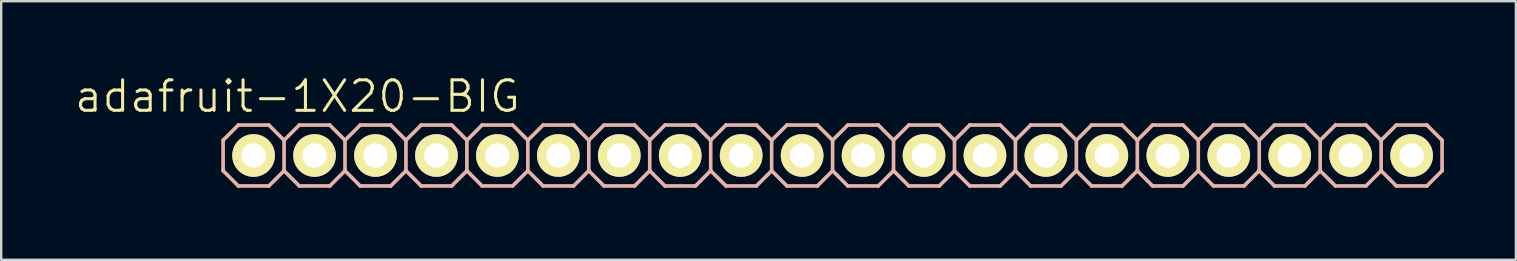
<source format=kicad_pcb>
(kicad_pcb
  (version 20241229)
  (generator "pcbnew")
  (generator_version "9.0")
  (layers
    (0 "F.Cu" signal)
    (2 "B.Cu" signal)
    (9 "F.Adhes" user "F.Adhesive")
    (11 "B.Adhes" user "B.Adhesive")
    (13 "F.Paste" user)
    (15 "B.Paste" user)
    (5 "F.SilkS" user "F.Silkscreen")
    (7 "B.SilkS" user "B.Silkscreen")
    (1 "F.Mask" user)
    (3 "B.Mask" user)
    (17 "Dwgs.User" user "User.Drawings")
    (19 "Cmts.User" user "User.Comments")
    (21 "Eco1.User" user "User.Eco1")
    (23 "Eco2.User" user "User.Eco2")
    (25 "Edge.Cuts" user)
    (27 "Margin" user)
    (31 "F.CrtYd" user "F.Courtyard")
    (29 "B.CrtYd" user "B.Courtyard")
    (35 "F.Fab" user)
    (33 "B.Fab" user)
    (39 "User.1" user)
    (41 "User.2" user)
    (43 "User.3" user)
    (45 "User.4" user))
  (footprint "adafruit-1X20-BIG"
    (layer "F.Cu")
    (at 31.648 3.43)
    (property "Reference" "adafruit-1X20-BIG" (at -22.301 -2.464 0) (layer "F.SilkS") (effects (font (size 1.27 1.27) (thickness 0.127))))
    (attr exclude_from_pos_files exclude_from_bom)
    (fp_line (start -24.384 -0.254) (end -23.876 -0.254) (stroke (width 0.066) (type solid)) (layer "F.SilkS"))
    (fp_line (start -24.384 0.254) (end -24.384 -0.254) (stroke (width 0.066) (type solid)) (layer "F.SilkS"))
    (fp_line (start -24.384 0.254) (end -23.876 0.254) (stroke (width 0.066) (type solid)) (layer "F.SilkS"))
    (fp_line (start -23.876 0.254) (end -23.876 -0.254) (stroke (width 0.066) (type solid)) (layer "F.SilkS"))
    (fp_line (start -21.844 -0.254) (end -21.336 -0.254) (stroke (width 0.066) (type solid)) (layer "F.SilkS"))
    (fp_line (start -21.844 0.254) (end -21.844 -0.254) (stroke (width 0.066) (type solid)) (layer "F.SilkS"))
    (fp_line (start -21.844 0.254) (end -21.336 0.254) (stroke (width 0.066) (type solid)) (layer "F.SilkS"))
    (fp_line (start -21.336 0.254) (end -21.336 -0.254) (stroke (width 0.066) (type solid)) (layer "F.SilkS"))
    (fp_line (start -19.304 -0.254) (end -18.796 -0.254) (stroke (width 0.066) (type solid)) (layer "F.SilkS"))
    (fp_line (start -19.304 0.254) (end -19.304 -0.254) (stroke (width 0.066) (type solid)) (layer "F.SilkS"))
    (fp_line (start -19.304 0.254) (end -18.796 0.254) (stroke (width 0.066) (type solid)) (layer "F.SilkS"))
    (fp_line (start -18.796 0.254) (end -18.796 -0.254) (stroke (width 0.066) (type solid)) (layer "F.SilkS"))
    (fp_line (start -16.764 -0.254) (end -16.256 -0.254) (stroke (width 0.066) (type solid)) (layer "F.SilkS"))
    (fp_line (start -16.764 0.254) (end -16.764 -0.254) (stroke (width 0.066) (type solid)) (layer "F.SilkS"))
    (fp_line (start -16.764 0.254) (end -16.256 0.254) (stroke (width 0.066) (type solid)) (layer "F.SilkS"))
    (fp_line (start -16.256 0.254) (end -16.256 -0.254) (stroke (width 0.066) (type solid)) (layer "F.SilkS"))
    (fp_line (start -14.224 -0.254) (end -13.716 -0.254) (stroke (width 0.066) (type solid)) (layer "F.SilkS"))
    (fp_line (start -14.224 0.254) (end -14.224 -0.254) (stroke (width 0.066) (type solid)) (layer "F.SilkS"))
    (fp_line (start -14.224 0.254) (end -13.716 0.254) (stroke (width 0.066) (type solid)) (layer "F.SilkS"))
    (fp_line (start -13.716 0.254) (end -13.716 -0.254) (stroke (width 0.066) (type solid)) (layer "F.SilkS"))
    (fp_line (start -11.684 -0.254) (end -11.176 -0.254) (stroke (width 0.066) (type solid)) (layer "F.SilkS"))
    (fp_line (start -11.684 0.254) (end -11.684 -0.254) (stroke (width 0.066) (type solid)) (layer "F.SilkS"))
    (fp_line (start -11.684 0.254) (end -11.176 0.254) (stroke (width 0.066) (type solid)) (layer "F.SilkS"))
    (fp_line (start -11.176 0.254) (end -11.176 -0.254) (stroke (width 0.066) (type solid)) (layer "F.SilkS"))
    (fp_line (start -9.144 -0.254) (end -8.636 -0.254) (stroke (width 0.066) (type solid)) (layer "F.SilkS"))
    (fp_line (start -9.144 0.254) (end -9.144 -0.254) (stroke (width 0.066) (type solid)) (layer "F.SilkS"))
    (fp_line (start -9.144 0.254) (end -8.636 0.254) (stroke (width 0.066) (type solid)) (layer "F.SilkS"))
    (fp_line (start -8.636 0.254) (end -8.636 -0.254) (stroke (width 0.066) (type solid)) (layer "F.SilkS"))
    (fp_line (start -6.604 -0.254) (end -6.096 -0.254) (stroke (width 0.066) (type solid)) (layer "F.SilkS"))
    (fp_line (start -6.604 0.254) (end -6.604 -0.254) (stroke (width 0.066) (type solid)) (layer "F.SilkS"))
    (fp_line (start -6.604 0.254) (end -6.096 0.254) (stroke (width 0.066) (type solid)) (layer "F.SilkS"))
    (fp_line (start -6.096 0.254) (end -6.096 -0.254) (stroke (width 0.066) (type solid)) (layer "F.SilkS"))
    (fp_line (start -4.064 -0.254) (end -3.556 -0.254) (stroke (width 0.066) (type solid)) (layer "F.SilkS"))
    (fp_line (start -4.064 0.254) (end -4.064 -0.254) (stroke (width 0.066) (type solid)) (layer "F.SilkS"))
    (fp_line (start -4.064 0.254) (end -3.556 0.254) (stroke (width 0.066) (type solid)) (layer "F.SilkS"))
    (fp_line (start -3.556 0.254) (end -3.556 -0.254) (stroke (width 0.066) (type solid)) (layer "F.SilkS"))
    (fp_line (start -1.524 -0.254) (end -1.016 -0.254) (stroke (width 0.066) (type solid)) (layer "F.SilkS"))
    (fp_line (start -1.524 0.254) (end -1.524 -0.254) (stroke (width 0.066) (type solid)) (layer "F.SilkS"))
    (fp_line (start -1.524 0.254) (end -1.016 0.254) (stroke (width 0.066) (type solid)) (layer "F.SilkS"))
    (fp_line (start -1.016 0.254) (end -1.016 -0.254) (stroke (width 0.066) (type solid)) (layer "F.SilkS"))
    (fp_line (start 1.016 -0.254) (end 1.524 -0.254) (stroke (width 0.066) (type solid)) (layer "F.SilkS"))
    (fp_line (start 1.016 0.254) (end 1.016 -0.254) (stroke (width 0.066) (type solid)) (layer "F.SilkS"))
    (fp_line (start 1.016 0.254) (end 1.524 0.254) (stroke (width 0.066) (type solid)) (layer "F.SilkS"))
    (fp_line (start 1.524 0.254) (end 1.524 -0.254) (stroke (width 0.066) (type solid)) (layer "F.SilkS"))
    (fp_line (start 3.556 -0.254) (end 4.064 -0.254) (stroke (width 0.066) (type solid)) (layer "F.SilkS"))
    (fp_line (start 3.556 0.254) (end 3.556 -0.254) (stroke (width 0.066) (type solid)) (layer "F.SilkS"))
    (fp_line (start 3.556 0.254) (end 4.064 0.254) (stroke (width 0.066) (type solid)) (layer "F.SilkS"))
    (fp_line (start 4.064 0.254) (end 4.064 -0.254) (stroke (width 0.066) (type solid)) (layer "F.SilkS"))
    (fp_line (start 6.096 -0.254) (end 6.604 -0.254) (stroke (width 0.066) (type solid)) (layer "F.SilkS"))
    (fp_line (start 6.096 0.254) (end 6.096 -0.254) (stroke (width 0.066) (type solid)) (layer "F.SilkS"))
    (fp_line (start 6.096 0.254) (end 6.604 0.254) (stroke (width 0.066) (type solid)) (layer "F.SilkS"))
    (fp_line (start 6.604 0.254) (end 6.604 -0.254) (stroke (width 0.066) (type solid)) (layer "F.SilkS"))
    (fp_line (start 8.636 -0.254) (end 9.144 -0.254) (stroke (width 0.066) (type solid)) (layer "F.SilkS"))
    (fp_line (start 8.636 0.254) (end 8.636 -0.254) (stroke (width 0.066) (type solid)) (layer "F.SilkS"))
    (fp_line (start 8.636 0.254) (end 9.144 0.254) (stroke (width 0.066) (type solid)) (layer "F.SilkS"))
    (fp_line (start 9.144 0.254) (end 9.144 -0.254) (stroke (width 0.066) (type solid)) (layer "F.SilkS"))
    (fp_line (start 11.176 -0.254) (end 11.684 -0.254) (stroke (width 0.066) (type solid)) (layer "F.SilkS"))
    (fp_line (start 11.176 0.254) (end 11.176 -0.254) (stroke (width 0.066) (type solid)) (layer "F.SilkS"))
    (fp_line (start 11.176 0.254) (end 11.684 0.254) (stroke (width 0.066) (type solid)) (layer "F.SilkS"))
    (fp_line (start 11.684 0.254) (end 11.684 -0.254) (stroke (width 0.066) (type solid)) (layer "F.SilkS"))
    (fp_line (start 13.716 -0.254) (end 14.224 -0.254) (stroke (width 0.066) (type solid)) (layer "F.SilkS"))
    (fp_line (start 13.716 0.254) (end 13.716 -0.254) (stroke (width 0.066) (type solid)) (layer "F.SilkS"))
    (fp_line (start 13.716 0.254) (end 14.224 0.254) (stroke (width 0.066) (type solid)) (layer "F.SilkS"))
    (fp_line (start 14.224 0.254) (end 14.224 -0.254) (stroke (width 0.066) (type solid)) (layer "F.SilkS"))
    (fp_line (start 16.256 -0.254) (end 16.764 -0.254) (stroke (width 0.066) (type solid)) (layer "F.SilkS"))
    (fp_line (start 16.256 0.254) (end 16.256 -0.254) (stroke (width 0.066) (type solid)) (layer "F.SilkS"))
    (fp_line (start 16.256 0.254) (end 16.764 0.254) (stroke (width 0.066) (type solid)) (layer "F.SilkS"))
    (fp_line (start 16.764 0.254) (end 16.764 -0.254) (stroke (width 0.066) (type solid)) (layer "F.SilkS"))
    (fp_line (start 18.796 -0.254) (end 19.304 -0.254) (stroke (width 0.066) (type solid)) (layer "F.SilkS"))
    (fp_line (start 18.796 0.254) (end 18.796 -0.254) (stroke (width 0.066) (type solid)) (layer "F.SilkS"))
    (fp_line (start 18.796 0.254) (end 19.304 0.254) (stroke (width 0.066) (type solid)) (layer "F.SilkS"))
    (fp_line (start 19.304 0.254) (end 19.304 -0.254) (stroke (width 0.066) (type solid)) (layer "F.SilkS"))
    (fp_line (start 21.336 -0.254) (end 21.844 -0.254) (stroke (width 0.066) (type solid)) (layer "F.SilkS"))
    (fp_line (start 21.336 0.254) (end 21.336 -0.254) (stroke (width 0.066) (type solid)) (layer "F.SilkS"))
    (fp_line (start 21.336 0.254) (end 21.844 0.254) (stroke (width 0.066) (type solid)) (layer "F.SilkS"))
    (fp_line (start 21.844 0.254) (end 21.844 -0.254) (stroke (width 0.066) (type solid)) (layer "F.SilkS"))
    (fp_line (start 23.876 -0.254) (end 24.384 -0.254) (stroke (width 0.066) (type solid)) (layer "F.SilkS"))
    (fp_line (start 23.876 0.254) (end 23.876 -0.254) (stroke (width 0.066) (type solid)) (layer "F.SilkS"))
    (fp_line (start 23.876 0.254) (end 24.384 0.254) (stroke (width 0.066) (type solid)) (layer "F.SilkS"))
    (fp_line (start 24.384 0.254) (end 24.384 -0.254) (stroke (width 0.066) (type solid)) (layer "F.SilkS"))
    (fp_line (start -25.4 -0.635) (end -25.4 0.635) (stroke (width 0.152) (type solid)) (layer "B.SilkS"))
    (fp_line (start -25.4 0.635) (end -24.765 1.27) (stroke (width 0.152) (type solid)) (layer "B.SilkS"))
    (fp_line (start -24.765 -1.27) (end -25.4 -0.635) (stroke (width 0.152) (type solid)) (layer "B.SilkS"))
    (fp_line (start -24.765 -1.27) (end -23.495 -1.27) (stroke (width 0.152) (type solid)) (layer "B.SilkS"))
    (fp_line (start -23.495 -1.27) (end -22.86 -0.635) (stroke (width 0.152) (type solid)) (layer "B.SilkS"))
    (fp_line (start -23.495 1.27) (end -24.765 1.27) (stroke (width 0.152) (type solid)) (layer "B.SilkS"))
    (fp_line (start -22.86 -0.635) (end -22.86 0.635) (stroke (width 0.152) (type solid)) (layer "B.SilkS"))
    (fp_line (start -22.86 -0.635) (end -22.225 -1.27) (stroke (width 0.152) (type solid)) (layer "B.SilkS"))
    (fp_line (start -22.86 0.635) (end -23.495 1.27) (stroke (width 0.152) (type solid)) (layer "B.SilkS"))
    (fp_line (start -22.225 -1.27) (end -20.955 -1.27) (stroke (width 0.152) (type solid)) (layer "B.SilkS"))
    (fp_line (start -22.225 1.27) (end -22.86 0.635) (stroke (width 0.152) (type solid)) (layer "B.SilkS"))
    (fp_line (start -20.955 -1.27) (end -20.32 -0.635) (stroke (width 0.152) (type solid)) (layer "B.SilkS"))
    (fp_line (start -20.955 1.27) (end -22.225 1.27) (stroke (width 0.152) (type solid)) (layer "B.SilkS"))
    (fp_line (start -20.32 -0.635) (end -20.32 0.635) (stroke (width 0.152) (type solid)) (layer "B.SilkS"))
    (fp_line (start -20.32 -0.635) (end -19.685 -1.27) (stroke (width 0.152) (type solid)) (layer "B.SilkS"))
    (fp_line (start -20.32 0.635) (end -20.955 1.27) (stroke (width 0.152) (type solid)) (layer "B.SilkS"))
    (fp_line (start -19.685 -1.27) (end -18.415 -1.27) (stroke (width 0.152) (type solid)) (layer "B.SilkS"))
    (fp_line (start -19.685 1.27) (end -20.32 0.635) (stroke (width 0.152) (type solid)) (layer "B.SilkS"))
    (fp_line (start -18.415 -1.27) (end -17.78 -0.635) (stroke (width 0.152) (type solid)) (layer "B.SilkS"))
    (fp_line (start -18.415 1.27) (end -19.685 1.27) (stroke (width 0.152) (type solid)) (layer "B.SilkS"))
    (fp_line (start -17.78 -0.635) (end -17.78 0.635) (stroke (width 0.152) (type solid)) (layer "B.SilkS"))
    (fp_line (start -17.78 0.635) (end -18.415 1.27) (stroke (width 0.152) (type solid)) (layer "B.SilkS"))
    (fp_line (start -17.78 0.635) (end -17.145 1.27) (stroke (width 0.152) (type solid)) (layer "B.SilkS"))
    (fp_line (start -17.145 -1.27) (end -17.78 -0.635) (stroke (width 0.152) (type solid)) (layer "B.SilkS"))
    (fp_line (start -17.145 -1.27) (end -15.875 -1.27) (stroke (width 0.152) (type solid)) (layer "B.SilkS"))
    (fp_line (start -15.875 -1.27) (end -15.24 -0.635) (stroke (width 0.152) (type solid)) (layer "B.SilkS"))
    (fp_line (start -15.875 1.27) (end -17.145 1.27) (stroke (width 0.152) (type solid)) (layer "B.SilkS"))
    (fp_line (start -15.24 -0.635) (end -15.24 0.635) (stroke (width 0.152) (type solid)) (layer "B.SilkS"))
    (fp_line (start -15.24 -0.635) (end -14.605 -1.27) (stroke (width 0.152) (type solid)) (layer "B.SilkS"))
    (fp_line (start -15.24 0.635) (end -15.875 1.27) (stroke (width 0.152) (type solid)) (layer "B.SilkS"))
    (fp_line (start -14.605 -1.27) (end -13.335 -1.27) (stroke (width 0.152) (type solid)) (layer "B.SilkS"))
    (fp_line (start -14.605 1.27) (end -15.24 0.635) (stroke (width 0.152) (type solid)) (layer "B.SilkS"))
    (fp_line (start -13.335 -1.27) (end -12.7 -0.635) (stroke (width 0.152) (type solid)) (layer "B.SilkS"))
    (fp_line (start -13.335 1.27) (end -14.605 1.27) (stroke (width 0.152) (type solid)) (layer "B.SilkS"))
    (fp_line (start -12.7 -0.635) (end -12.7 0.635) (stroke (width 0.152) (type solid)) (layer "B.SilkS"))
    (fp_line (start -12.7 -0.635) (end -12.065 -1.27) (stroke (width 0.152) (type solid)) (layer "B.SilkS"))
    (fp_line (start -12.7 0.635) (end -13.335 1.27) (stroke (width 0.152) (type solid)) (layer "B.SilkS"))
    (fp_line (start -12.065 -1.27) (end -10.795 -1.27) (stroke (width 0.152) (type solid)) (layer "B.SilkS"))
    (fp_line (start -12.065 1.27) (end -12.7 0.635) (stroke (width 0.152) (type solid)) (layer "B.SilkS"))
    (fp_line (start -10.795 -1.27) (end -10.16 -0.635) (stroke (width 0.152) (type solid)) (layer "B.SilkS"))
    (fp_line (start -10.795 1.27) (end -12.065 1.27) (stroke (width 0.152) (type solid)) (layer "B.SilkS"))
    (fp_line (start -10.16 -0.635) (end -10.16 0.635) (stroke (width 0.152) (type solid)) (layer "B.SilkS"))
    (fp_line (start -10.16 0.635) (end -10.795 1.27) (stroke (width 0.152) (type solid)) (layer "B.SilkS"))
    (fp_line (start -10.16 0.635) (end -9.525 1.27) (stroke (width 0.152) (type solid)) (layer "B.SilkS"))
    (fp_line (start -9.525 -1.27) (end -10.16 -0.635) (stroke (width 0.152) (type solid)) (layer "B.SilkS"))
    (fp_line (start -9.525 -1.27) (end -8.255 -1.27) (stroke (width 0.152) (type solid)) (layer "B.SilkS"))
    (fp_line (start -8.255 -1.27) (end -7.62 -0.635) (stroke (width 0.152) (type solid)) (layer "B.SilkS"))
    (fp_line (start -8.255 1.27) (end -9.525 1.27) (stroke (width 0.152) (type solid)) (layer "B.SilkS"))
    (fp_line (start -7.62 -0.635) (end -7.62 0.635) (stroke (width 0.152) (type solid)) (layer "B.SilkS"))
    (fp_line (start -7.62 -0.635) (end -6.985 -1.27) (stroke (width 0.152) (type solid)) (layer "B.SilkS"))
    (fp_line (start -7.62 0.635) (end -8.255 1.27) (stroke (width 0.152) (type solid)) (layer "B.SilkS"))
    (fp_line (start -6.985 -1.27) (end -5.715 -1.27) (stroke (width 0.152) (type solid)) (layer "B.SilkS"))
    (fp_line (start -6.985 1.27) (end -7.62 0.635) (stroke (width 0.152) (type solid)) (layer "B.SilkS"))
    (fp_line (start -5.715 -1.27) (end -5.08 -0.635) (stroke (width 0.152) (type solid)) (layer "B.SilkS"))
    (fp_line (start -5.715 1.27) (end -6.985 1.27) (stroke (width 0.152) (type solid)) (layer "B.SilkS"))
    (fp_line (start -5.08 -0.635) (end -5.08 0.635) (stroke (width 0.152) (type solid)) (layer "B.SilkS"))
    (fp_line (start -5.08 -0.635) (end -4.445 -1.27) (stroke (width 0.152) (type solid)) (layer "B.SilkS"))
    (fp_line (start -5.08 0.635) (end -5.715 1.27) (stroke (width 0.152) (type solid)) (layer "B.SilkS"))
    (fp_line (start -4.445 -1.27) (end -3.175 -1.27) (stroke (width 0.152) (type solid)) (layer "B.SilkS"))
    (fp_line (start -4.445 1.27) (end -5.08 0.635) (stroke (width 0.152) (type solid)) (layer "B.SilkS"))
    (fp_line (start -3.175 -1.27) (end -2.54 -0.635) (stroke (width 0.152) (type solid)) (layer "B.SilkS"))
    (fp_line (start -3.175 1.27) (end -4.445 1.27) (stroke (width 0.152) (type solid)) (layer "B.SilkS"))
    (fp_line (start -2.54 -0.635) (end -2.54 0.635) (stroke (width 0.152) (type solid)) (layer "B.SilkS"))
    (fp_line (start -2.54 0.635) (end -3.175 1.27) (stroke (width 0.152) (type solid)) (layer "B.SilkS"))
    (fp_line (start -2.54 0.635) (end -1.905 1.27) (stroke (width 0.152) (type solid)) (layer "B.SilkS"))
    (fp_line (start -1.905 -1.27) (end -2.54 -0.635) (stroke (width 0.152) (type solid)) (layer "B.SilkS"))
    (fp_line (start -1.905 -1.27) (end -0.635 -1.27) (stroke (width 0.152) (type solid)) (layer "B.SilkS"))
    (fp_line (start -0.635 -1.27) (end 0 -0.635) (stroke (width 0.152) (type solid)) (layer "B.SilkS"))
    (fp_line (start -0.635 1.27) (end -1.905 1.27) (stroke (width 0.152) (type solid)) (layer "B.SilkS"))
    (fp_line (start 0 -0.635) (end 0 0.635) (stroke (width 0.152) (type solid)) (layer "B.SilkS"))
    (fp_line (start 0 -0.635) (end 0.635 -1.27) (stroke (width 0.152) (type solid)) (layer "B.SilkS"))
    (fp_line (start 0 0.635) (end -0.635 1.27) (stroke (width 0.152) (type solid)) (layer "B.SilkS"))
    (fp_line (start 0.635 -1.27) (end 1.905 -1.27) (stroke (width 0.152) (type solid)) (layer "B.SilkS"))
    (fp_line (start 0.635 1.27) (end 0 0.635) (stroke (width 0.152) (type solid)) (layer "B.SilkS"))
    (fp_line (start 1.905 -1.27) (end 2.54 -0.635) (stroke (width 0.152) (type solid)) (layer "B.SilkS"))
    (fp_line (start 1.905 1.27) (end 0.635 1.27) (stroke (width 0.152) (type solid)) (layer "B.SilkS"))
    (fp_line (start 2.54 -0.635) (end 2.54 0.635) (stroke (width 0.152) (type solid)) (layer "B.SilkS"))
    (fp_line (start 2.54 -0.635) (end 3.175 -1.27) (stroke (width 0.152) (type solid)) (layer "B.SilkS"))
    (fp_line (start 2.54 0.635) (end 1.905 1.27) (stroke (width 0.152) (type solid)) (layer "B.SilkS"))
    (fp_line (start 3.175 -1.27) (end 4.445 -1.27) (stroke (width 0.152) (type solid)) (layer "B.SilkS"))
    (fp_line (start 3.175 1.27) (end 2.54 0.635) (stroke (width 0.152) (type solid)) (layer "B.SilkS"))
    (fp_line (start 4.445 -1.27) (end 5.08 -0.635) (stroke (width 0.152) (type solid)) (layer "B.SilkS"))
    (fp_line (start 4.445 1.27) (end 3.175 1.27) (stroke (width 0.152) (type solid)) (layer "B.SilkS"))
    (fp_line (start 5.08 -0.635) (end 5.08 0.635) (stroke (width 0.152) (type solid)) (layer "B.SilkS"))
    (fp_line (start 5.08 0.635) (end 4.445 1.27) (stroke (width 0.152) (type solid)) (layer "B.SilkS"))
    (fp_line (start 5.08 0.635) (end 5.715 1.27) (stroke (width 0.152) (type solid)) (layer "B.SilkS"))
    (fp_line (start 5.715 -1.27) (end 5.08 -0.635) (stroke (width 0.152) (type solid)) (layer "B.SilkS"))
    (fp_line (start 5.715 -1.27) (end 6.985 -1.27) (stroke (width 0.152) (type solid)) (layer "B.SilkS"))
    (fp_line (start 6.985 -1.27) (end 7.62 -0.635) (stroke (width 0.152) (type solid)) (layer "B.SilkS"))
    (fp_line (start 6.985 1.27) (end 5.715 1.27) (stroke (width 0.152) (type solid)) (layer "B.SilkS"))
    (fp_line (start 7.62 -0.635) (end 7.62 0.635) (stroke (width 0.152) (type solid)) (layer "B.SilkS"))
    (fp_line (start 7.62 -0.635) (end 8.255 -1.27) (stroke (width 0.152) (type solid)) (layer "B.SilkS"))
    (fp_line (start 7.62 0.635) (end 6.985 1.27) (stroke (width 0.152) (type solid)) (layer "B.SilkS"))
    (fp_line (start 8.255 -1.27) (end 9.525 -1.27) (stroke (width 0.152) (type solid)) (layer "B.SilkS"))
    (fp_line (start 8.255 1.27) (end 7.62 0.635) (stroke (width 0.152) (type solid)) (layer "B.SilkS"))
    (fp_line (start 9.525 -1.27) (end 10.16 -0.635) (stroke (width 0.152) (type solid)) (layer "B.SilkS"))
    (fp_line (start 9.525 1.27) (end 8.255 1.27) (stroke (width 0.152) (type solid)) (layer "B.SilkS"))
    (fp_line (start 10.16 -0.635) (end 10.16 0.635) (stroke (width 0.152) (type solid)) (layer "B.SilkS"))
    (fp_line (start 10.16 -0.635) (end 10.795 -1.27) (stroke (width 0.152) (type solid)) (layer "B.SilkS"))
    (fp_line (start 10.16 0.635) (end 9.525 1.27) (stroke (width 0.152) (type solid)) (layer "B.SilkS"))
    (fp_line (start 10.795 -1.27) (end 12.065 -1.27) (stroke (width 0.152) (type solid)) (layer "B.SilkS"))
    (fp_line (start 10.795 1.27) (end 10.16 0.635) (stroke (width 0.152) (type solid)) (layer "B.SilkS"))
    (fp_line (start 12.065 -1.27) (end 12.7 -0.635) (stroke (width 0.152) (type solid)) (layer "B.SilkS"))
    (fp_line (start 12.065 1.27) (end 10.795 1.27) (stroke (width 0.152) (type solid)) (layer "B.SilkS"))
    (fp_line (start 12.7 -0.635) (end 12.7 0.635) (stroke (width 0.152) (type solid)) (layer "B.SilkS"))
    (fp_line (start 12.7 0.635) (end 12.065 1.27) (stroke (width 0.152) (type solid)) (layer "B.SilkS"))
    (fp_line (start 12.7 0.635) (end 13.335 1.27) (stroke (width 0.152) (type solid)) (layer "B.SilkS"))
    (fp_line (start 13.335 -1.27) (end 12.7 -0.635) (stroke (width 0.152) (type solid)) (layer "B.SilkS"))
    (fp_line (start 13.335 -1.27) (end 14.605 -1.27) (stroke (width 0.152) (type solid)) (layer "B.SilkS"))
    (fp_line (start 14.605 -1.27) (end 15.24 -0.635) (stroke (width 0.152) (type solid)) (layer "B.SilkS"))
    (fp_line (start 14.605 1.27) (end 13.335 1.27) (stroke (width 0.152) (type solid)) (layer "B.SilkS"))
    (fp_line (start 15.24 -0.635) (end 15.24 0.635) (stroke (width 0.152) (type solid)) (layer "B.SilkS"))
    (fp_line (start 15.24 -0.635) (end 15.875 -1.27) (stroke (width 0.152) (type solid)) (layer "B.SilkS"))
    (fp_line (start 15.24 0.635) (end 14.605 1.27) (stroke (width 0.152) (type solid)) (layer "B.SilkS"))
    (fp_line (start 15.875 -1.27) (end 17.145 -1.27) (stroke (width 0.152) (type solid)) (layer "B.SilkS"))
    (fp_line (start 15.875 1.27) (end 15.24 0.635) (stroke (width 0.152) (type solid)) (layer "B.SilkS"))
    (fp_line (start 17.145 -1.27) (end 17.78 -0.635) (stroke (width 0.152) (type solid)) (layer "B.SilkS"))
    (fp_line (start 17.145 1.27) (end 15.875 1.27) (stroke (width 0.152) (type solid)) (layer "B.SilkS"))
    (fp_line (start 17.78 -0.635) (end 17.78 0.635) (stroke (width 0.152) (type solid)) (layer "B.SilkS"))
    (fp_line (start 17.78 -0.635) (end 18.415 -1.27) (stroke (width 0.152) (type solid)) (layer "B.SilkS"))
    (fp_line (start 17.78 0.635) (end 17.145 1.27) (stroke (width 0.152) (type solid)) (layer "B.SilkS"))
    (fp_line (start 18.415 -1.27) (end 19.685 -1.27) (stroke (width 0.152) (type solid)) (layer "B.SilkS"))
    (fp_line (start 18.415 1.27) (end 17.78 0.635) (stroke (width 0.152) (type solid)) (layer "B.SilkS"))
    (fp_line (start 19.685 -1.27) (end 20.32 -0.635) (stroke (width 0.152) (type solid)) (layer "B.SilkS"))
    (fp_line (start 19.685 1.27) (end 18.415 1.27) (stroke (width 0.152) (type solid)) (layer "B.SilkS"))
    (fp_line (start 20.32 -0.635) (end 20.32 0.635) (stroke (width 0.152) (type solid)) (layer "B.SilkS"))
    (fp_line (start 20.32 0.635) (end 19.685 1.27) (stroke (width 0.152) (type solid)) (layer "B.SilkS"))
    (fp_line (start 20.32 0.635) (end 20.955 1.27) (stroke (width 0.152) (type solid)) (layer "B.SilkS"))
    (fp_line (start 20.955 -1.27) (end 20.32 -0.635) (stroke (width 0.152) (type solid)) (layer "B.SilkS"))
    (fp_line (start 20.955 -1.27) (end 22.225 -1.27) (stroke (width 0.152) (type solid)) (layer "B.SilkS"))
    (fp_line (start 22.225 -1.27) (end 22.86 -0.635) (stroke (width 0.152) (type solid)) (layer "B.SilkS"))
    (fp_line (start 22.225 1.27) (end 20.955 1.27) (stroke (width 0.152) (type solid)) (layer "B.SilkS"))
    (fp_line (start 22.86 -0.635) (end 22.86 0.635) (stroke (width 0.152) (type solid)) (layer "B.SilkS"))
    (fp_line (start 22.86 0.635) (end 22.225 1.27) (stroke (width 0.152) (type solid)) (layer "B.SilkS"))
    (fp_line (start 22.86 0.635) (end 23.495 1.27) (stroke (width 0.152) (type solid)) (layer "B.SilkS"))
    (fp_line (start 23.495 -1.27) (end 22.86 -0.635) (stroke (width 0.152) (type solid)) (layer "B.SilkS"))
    (fp_line (start 23.495 -1.27) (end 24.765 -1.27) (stroke (width 0.152) (type solid)) (layer "B.SilkS"))
    (fp_line (start 24.765 -1.27) (end 25.4 -0.635) (stroke (width 0.152) (type solid)) (layer "B.SilkS"))
    (fp_line (start 24.765 1.27) (end 23.495 1.27) (stroke (width 0.152) (type solid)) (layer "B.SilkS"))
    (fp_line (start 25.4 -0.635) (end 25.4 0.635) (stroke (width 0.152) (type solid)) (layer "B.SilkS"))
    (fp_line (start 25.4 0.635) (end 24.765 1.27) (stroke (width 0.152) (type solid)) (layer "B.SilkS"))
    (pad "1" thru_hole circle (at -24.13 0) (size 1.778 1.778) (drill 1.016) (layers "*.Cu" "F.Mask" "F.SilkS" "F.Paste"))
    (pad "2" thru_hole circle (at -21.59 0) (size 1.778 1.778) (drill 1.016) (layers "*.Cu" "F.Mask" "F.SilkS" "F.Paste"))
    (pad "3" thru_hole circle (at -19.05 0) (size 1.778 1.778) (drill 1.016) (layers "*.Cu" "F.Mask" "F.SilkS" "F.Paste"))
    (pad "4" thru_hole circle (at -16.51 0) (size 1.778 1.778) (drill 1.016) (layers "*.Cu" "F.Mask" "F.SilkS" "F.Paste"))
    (pad "5" thru_hole circle (at -13.97 0) (size 1.778 1.778) (drill 1.016) (layers "*.Cu" "F.Mask" "F.SilkS" "F.Paste"))
    (pad "6" thru_hole circle (at -11.43 0) (size 1.778 1.778) (drill 1.016) (layers "*.Cu" "F.Mask" "F.SilkS" "F.Paste"))
    (pad "7" thru_hole circle (at -8.89 0) (size 1.778 1.778) (drill 1.016) (layers "*.Cu" "F.Mask" "F.SilkS" "F.Paste"))
    (pad "8" thru_hole circle (at -6.35 0) (size 1.778 1.778) (drill 1.016) (layers "*.Cu" "F.Mask" "F.SilkS" "F.Paste"))
    (pad "9" thru_hole circle (at -3.81 0) (size 1.778 1.778) (drill 1.016) (layers "*.Cu" "F.Mask" "F.SilkS" "F.Paste"))
    (pad "10" thru_hole circle (at -1.27 0) (size 1.778 1.778) (drill 1.016) (layers "*.Cu" "F.Mask" "F.SilkS" "F.Paste"))
    (pad "11" thru_hole circle (at 1.27 0) (size 1.778 1.778) (drill 1.016) (layers "*.Cu" "F.Mask" "F.SilkS" "F.Paste"))
    (pad "12" thru_hole circle (at 3.81 0) (size 1.778 1.778) (drill 1.016) (layers "*.Cu" "F.Mask" "F.SilkS" "F.Paste"))
    (pad "13" thru_hole circle (at 6.35 0) (size 1.778 1.778) (drill 1.016) (layers "*.Cu" "F.Mask" "F.SilkS" "F.Paste"))
    (pad "14" thru_hole circle (at 8.89 0) (size 1.778 1.778) (drill 1.016) (layers "*.Cu" "F.Mask" "F.SilkS" "F.Paste"))
    (pad "15" thru_hole circle (at 11.43 0) (size 1.778 1.778) (drill 1.016) (layers "*.Cu" "F.Mask" "F.SilkS" "F.Paste"))
    (pad "16" thru_hole circle (at 13.97 0) (size 1.778 1.778) (drill 1.016) (layers "*.Cu" "F.Mask" "F.SilkS" "F.Paste"))
    (pad "17" thru_hole circle (at 16.51 0) (size 1.778 1.778) (drill 1.016) (layers "*.Cu" "F.Mask" "F.SilkS" "F.Paste"))
    (pad "18" thru_hole circle (at 19.05 0) (size 1.778 1.778) (drill 1.016) (layers "*.Cu" "F.Mask" "F.SilkS" "F.Paste"))
    (pad "19" thru_hole circle (at 21.59 0) (size 1.778 1.778) (drill 1.016) (layers "*.Cu" "F.Mask" "F.SilkS" "F.Paste"))
    (pad "20" thru_hole circle (at 24.13 0) (size 1.778 1.778) (drill 1.016) (layers "*.Cu" "F.Mask" "F.SilkS" "F.Paste")))
  (gr_rect
    (start -3 -3)
    (end 60.124 7.776)
    (stroke (width 0.1) (type default))
    (fill no)
    (layer "Edge.Cuts")))
</source>
